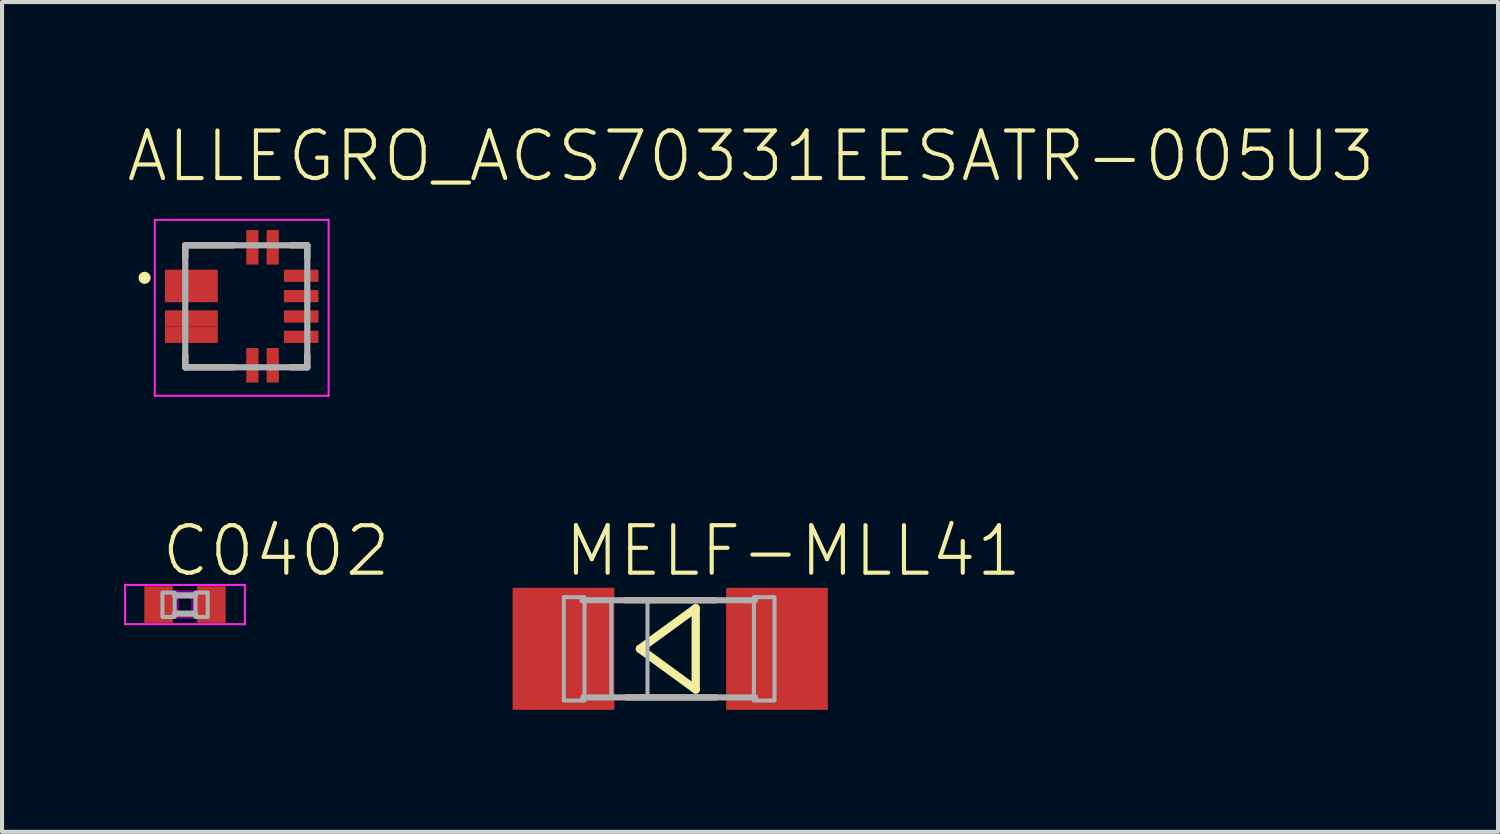
<source format=kicad_pcb>
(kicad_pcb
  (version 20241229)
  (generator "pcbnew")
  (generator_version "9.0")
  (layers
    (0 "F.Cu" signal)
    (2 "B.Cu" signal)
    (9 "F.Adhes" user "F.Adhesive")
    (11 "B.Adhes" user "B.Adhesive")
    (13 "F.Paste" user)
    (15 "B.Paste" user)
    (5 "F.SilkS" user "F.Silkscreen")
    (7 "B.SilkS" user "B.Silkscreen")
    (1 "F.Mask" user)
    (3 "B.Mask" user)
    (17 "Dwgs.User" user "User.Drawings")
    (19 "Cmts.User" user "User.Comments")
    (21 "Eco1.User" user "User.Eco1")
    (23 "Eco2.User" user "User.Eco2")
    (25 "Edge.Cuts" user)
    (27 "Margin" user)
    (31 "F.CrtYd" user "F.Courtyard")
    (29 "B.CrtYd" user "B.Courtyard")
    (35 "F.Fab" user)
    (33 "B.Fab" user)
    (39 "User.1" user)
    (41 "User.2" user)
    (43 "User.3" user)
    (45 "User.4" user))
  (footprint "C0402"
    (layer "F.Cu")
    (at 1.498 11.814)
    (property "Reference" "C0402" (at -0.635 -0.635 0) (layer "F.SilkS") (effects (font (size 1.168 1.168) (thickness 0.102)) (justify left bottom)))
    (fp_poly (pts (xy -0.2 0.3) (xy 0.2 0.3) (xy 0.2 -0.3) (xy -0.2 -0.3)) (stroke (width 0.1) (type solid)) (fill no) (layer "F.Adhes"))
    (fp_line (start -1.473 -0.483) (end 1.473 -0.483) (stroke (width 0.051) (type solid)) (layer "F.CrtYd"))
    (fp_line (start -1.473 0.483) (end -1.473 -0.483) (stroke (width 0.051) (type solid)) (layer "F.CrtYd"))
    (fp_line (start 1.473 -0.483) (end 1.473 0.483) (stroke (width 0.051) (type solid)) (layer "F.CrtYd"))
    (fp_line (start 1.473 0.483) (end -1.473 0.483) (stroke (width 0.051) (type solid)) (layer "F.CrtYd"))
    (fp_line (start -0.245 -0.224) (end 0.245 -0.224) (stroke (width 0.152) (type solid)) (layer "F.Fab"))
    (fp_line (start 0.245 0.224) (end -0.245 0.224) (stroke (width 0.152) (type solid)) (layer "F.Fab"))
    (fp_poly (pts (xy -0.554 0.305) (xy -0.254 0.305) (xy -0.254 -0.295) (xy -0.554 -0.295)) (stroke (width 0.1) (type solid)) (fill no) (layer "F.Fab"))
    (fp_poly (pts (xy 0.259 0.305) (xy 0.559 0.305) (xy 0.559 -0.295) (xy 0.259 -0.295)) (stroke (width 0.1) (type solid)) (fill no) (layer "F.Fab"))
    (pad "1" smd rect (at -0.65 0) (size 0.7 0.9) (layers "F.Cu" "F.Mask" "F.Paste"))
    (pad "2" smd rect (at 0.65 0) (size 0.7 0.9) (layers "F.Cu" "F.Mask" "F.Paste")))
  (footprint "ALLEGRO_ACS70331EESATR-005U3"
    (layer "F.Cu")
    (at 3.005 4.481)
    (property "Reference" "ALLEGRO_ACS70331EESATR-005U3" (at -3.005 -3.005 0) (layer "F.SilkS") (effects (font (size 1.17 1.17) (thickness 0.102)) (justify left bottom)))
    (fp_line (start -1.5 -1.5) (end -0.3 -1.5) (stroke (width 0.152) (type solid)) (layer "F.SilkS"))
    (fp_line (start -1.5 -1.2) (end -1.5 -1.5) (stroke (width 0.152) (type solid)) (layer "F.SilkS"))
    (fp_line (start -1.5 1.2) (end -1.5 1.5) (stroke (width 0.152) (type solid)) (layer "F.SilkS"))
    (fp_line (start -1.5 1.5) (end -0.3 1.5) (stroke (width 0.152) (type solid)) (layer "F.SilkS"))
    (fp_line (start 1.1 -1.5) (end 1.5 -1.5) (stroke (width 0.152) (type solid)) (layer "F.SilkS"))
    (fp_line (start 1.1 1.5) (end 1.5 1.5) (stroke (width 0.152) (type solid)) (layer "F.SilkS"))
    (fp_line (start 1.5 -1.5) (end 1.5 -1.2) (stroke (width 0.152) (type solid)) (layer "F.SilkS"))
    (fp_line (start 1.5 1.5) (end 1.5 1.2) (stroke (width 0.152) (type solid)) (layer "F.SilkS"))
    (fp_circle (center -2.5 -0.7) (end -2.425 -0.7) (stroke (width 0.15) (type solid)) (fill no) (layer "F.SilkS"))
    (fp_line (start -2.25 -2.125) (end 2.025 -2.125) (stroke (width 0.05) (type solid)) (layer "F.CrtYd"))
    (fp_line (start -2.25 2.2) (end -2.25 -2.125) (stroke (width 0.05) (type solid)) (layer "F.CrtYd"))
    (fp_line (start 2.025 -2.125) (end 2.025 2.2) (stroke (width 0.05) (type solid)) (layer "F.CrtYd"))
    (fp_line (start 2.025 2.2) (end -2.25 2.2) (stroke (width 0.05) (type solid)) (layer "F.CrtYd"))
    (fp_line (start -1.5 -1.5) (end 1.5 -1.5) (stroke (width 0.152) (type solid)) (layer "F.Fab"))
    (fp_line (start -1.5 1.5) (end -1.5 -1.5) (stroke (width 0.152) (type solid)) (layer "F.Fab"))
    (fp_line (start 1.5 -1.5) (end 1.5 1.5) (stroke (width 0.152) (type solid)) (layer "F.Fab"))
    (fp_line (start 1.5 1.5) (end -1.5 1.5) (stroke (width 0.152) (type solid)) (layer "F.Fab"))
    (pad "1" smd rect (at -1.35 -0.7) (size 1.3 0.4) (layers "F.Cu" "F.Mask" "F.Paste"))
    (pad "2" smd rect (at -1.35 -0.3) (size 1.3 0.4) (layers "F.Cu" "F.Mask" "F.Paste"))
    (pad "3" smd rect (at -1.35 0.3) (size 1.3 0.4) (layers "F.Cu" "F.Mask" "F.Paste"))
    (pad "4" smd rect (at -1.35 0.7) (size 1.3 0.4) (layers "F.Cu" "F.Mask" "F.Paste"))
    (pad "5" smd rect (at 0.15 1.45 270) (size 0.85 0.3) (layers "F.Cu" "F.Mask" "F.Paste"))
    (pad "6" smd rect (at 0.65 1.45 270) (size 0.85 0.3) (layers "F.Cu" "F.Mask" "F.Paste"))
    (pad "7" smd rect (at 1.35 0.75 180) (size 0.85 0.3) (layers "F.Cu" "F.Mask" "F.Paste"))
    (pad "8" smd rect (at 1.35 0.25 180) (size 0.85 0.3) (layers "F.Cu" "F.Mask" "F.Paste"))
    (pad "9" smd rect (at 1.35 -0.25 180) (size 0.85 0.3) (layers "F.Cu" "F.Mask" "F.Paste"))
    (pad "10" smd rect (at 1.35 -0.75 180) (size 0.85 0.3) (layers "F.Cu" "F.Mask" "F.Paste"))
    (pad "11" smd rect (at 0.65 -1.45 270) (size 0.85 0.3) (layers "F.Cu" "F.Mask" "F.Paste"))
    (pad "12" smd rect (at 0.15 -1.45 270) (size 0.85 0.3) (layers "F.Cu" "F.Mask" "F.Paste")))
  (footprint "MELF-MLL41"
    (layer "F.Cu")
    (at 13.429 12.903)
    (property "Reference" "MELF-MLL41" (at -2.663 -1.724 0) (layer "F.SilkS") (effects (font (size 1.168 1.168) (thickness 0.102)) (justify left bottom)))
    (fp_line (start -0.746 0) (end 0.627 1) (stroke (width 0.203) (type solid)) (layer "F.SilkS"))
    (fp_line (start 0.627 -1) (end -0.746 0) (stroke (width 0.203) (type solid)) (layer "F.SilkS"))
    (fp_line (start 0.627 1) (end 0.627 -1) (stroke (width 0.203) (type solid)) (layer "F.SilkS"))
    (fp_line (start 1.121 -1.194) (end -1.097 -1.194) (stroke (width 0.152) (type solid)) (layer "F.SilkS"))
    (fp_line (start 1.121 1.194) (end -1.072 1.194) (stroke (width 0.152) (type solid)) (layer "F.SilkS"))
    (fp_line (start 2.083 -1.194) (end -2.159 -1.194) (stroke (width 0.152) (type solid)) (layer "F.Fab"))
    (fp_line (start 2.083 1.194) (end -2.134 1.194) (stroke (width 0.152) (type solid)) (layer "F.Fab"))
    (fp_poly (pts (xy -2.616 1.27) (xy -2.108 1.27) (xy -2.108 -1.27) (xy -2.616 -1.27)) (stroke (width 0.1) (type solid)) (fill no) (layer "F.Fab"))
    (fp_poly (pts (xy -1.448 1.194) (xy -0.559 1.194) (xy -0.559 -1.194) (xy -1.448 -1.194)) (stroke (width 0.1) (type solid)) (fill no) (layer "F.Fab"))
    (fp_poly (pts (xy 2.057 1.27) (xy 2.565 1.27) (xy 2.565 -1.27) (xy 2.057 -1.27)) (stroke (width 0.1) (type solid)) (fill no) (layer "F.Fab"))
    (pad "A" smd rect (at 2.625 0) (size 2.5 3) (layers "F.Cu" "F.Mask" "F.Paste"))
    (pad "C" smd rect (at -2.625 0) (size 2.5 3) (layers "F.Cu" "F.Mask" "F.Paste")))
  (gr_rect
    (start -3 -3)
    (end 33.782 17.403)
    (stroke (width 0.1) (type default))
    (fill no)
    (layer "Edge.Cuts")))
</source>
